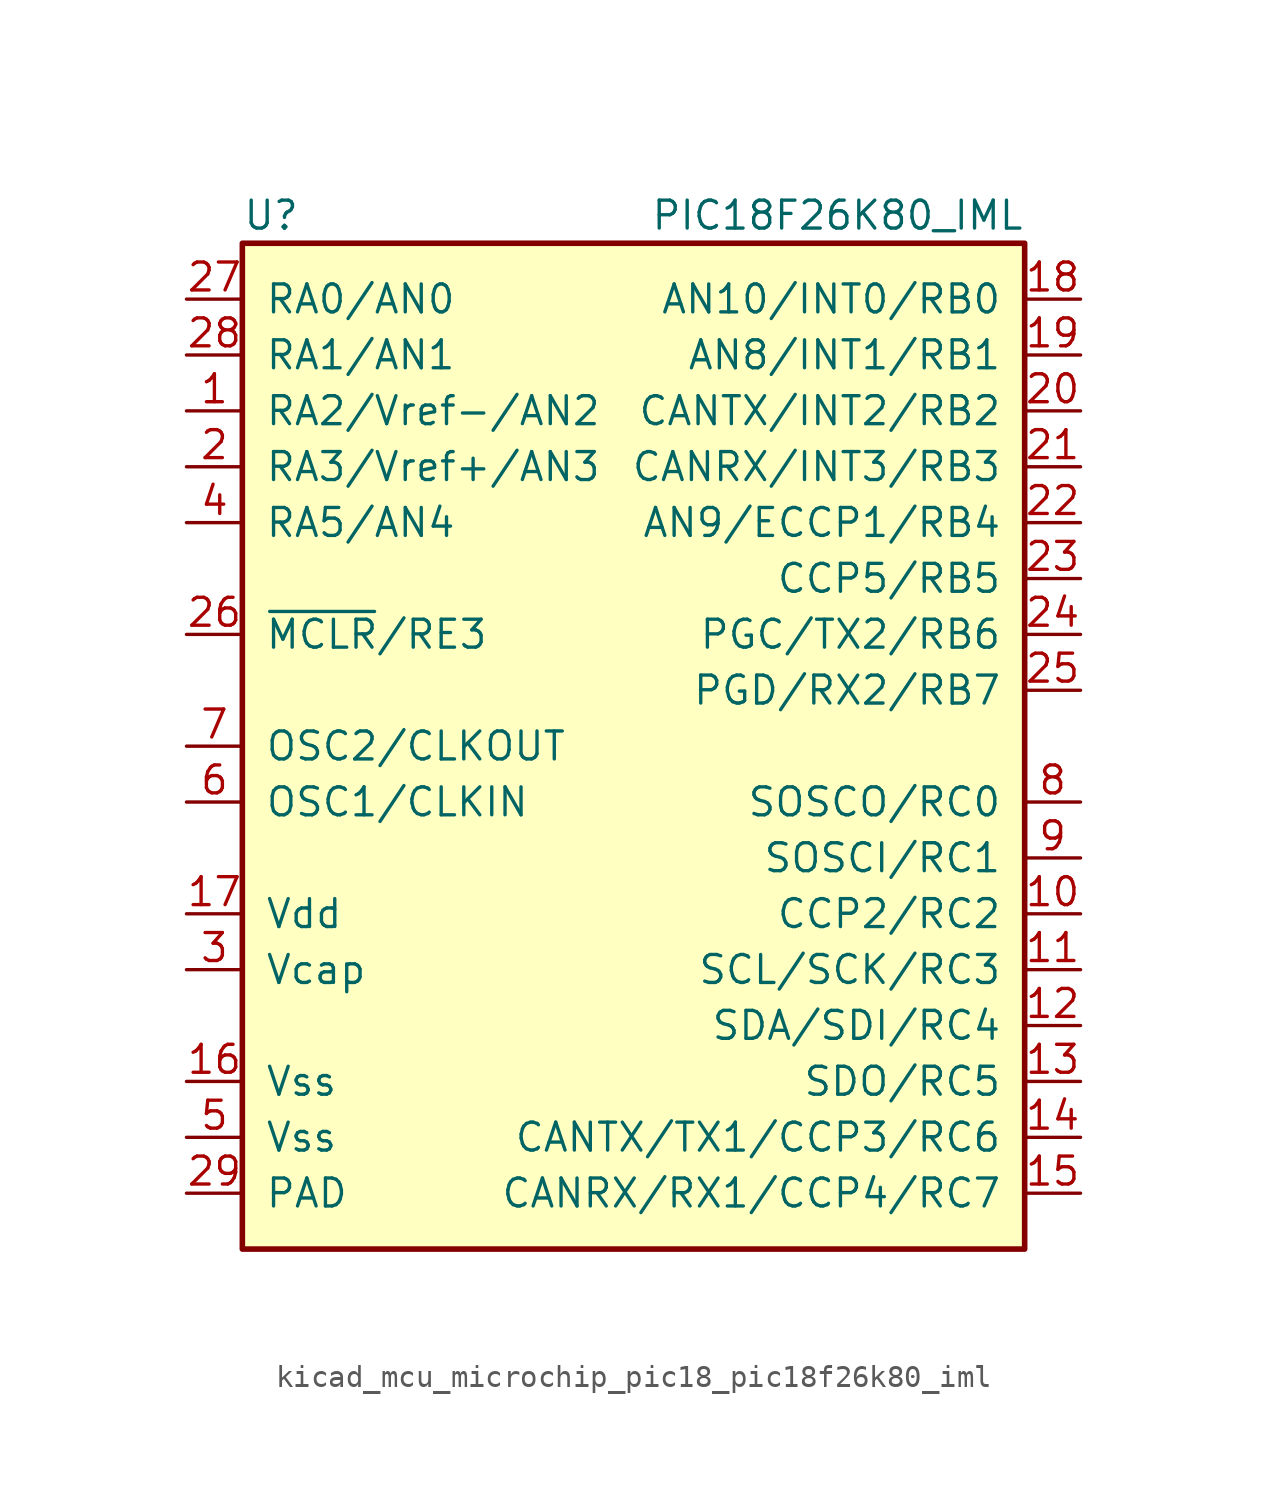
<source format=kicad_sym>
(kicad_symbol_lib
  (version 20220914)
  (generator kicad_symbol_editor)
  (symbol "kicad_mcu_microchip_pic18_pic18f26k80_iml"
    (pin_names
      (offset 1.016))
    (property "Reference" "U"
      (at -17.78 24.13 0)
      (effects (font (size 1.27 1.27)) (justify left)))
    (property "Value" "PIC18F26K80_IML"
      (at 17.78 24.13 0)
      (effects (font (size 1.27 1.27)) (justify right)))
    (symbol "kicad_mcu_microchip_pic18_pic18f26k80_iml_0_1"
      (rectangle (start -17.78 22.86) (end 17.78 -22.86) (stroke (width 0.254) (type default)) (fill (type background))))
    (symbol "kicad_mcu_microchip_pic18_pic18f26k80_iml_1_1"
      (pin bidirectional line (at -20.32 15.24 0) (length 2.54) (name "RA2/Vref-/AN2" (effects (font (size 1.27 1.27)))) (number "1" (effects (font (size 1.27 1.27)))))
      (pin bidirectional line (at 20.32 -7.62 180) (length 2.54) (name "CCP2/RC2" (effects (font (size 1.27 1.27)))) (number "10" (effects (font (size 1.27 1.27)))))
      (pin bidirectional line (at 20.32 -10.16 180) (length 2.54) (name "SCL/SCK/RC3" (effects (font (size 1.27 1.27)))) (number "11" (effects (font (size 1.27 1.27)))))
      (pin bidirectional line (at 20.32 -12.7 180) (length 2.54) (name "SDA/SDI/RC4" (effects (font (size 1.27 1.27)))) (number "12" (effects (font (size 1.27 1.27)))))
      (pin bidirectional line (at 20.32 -15.24 180) (length 2.54) (name "SDO/RC5" (effects (font (size 1.27 1.27)))) (number "13" (effects (font (size 1.27 1.27)))))
      (pin bidirectional line (at 20.32 -17.78 180) (length 2.54) (name "CANTX/TX1/CCP3/RC6" (effects (font (size 1.27 1.27)))) (number "14" (effects (font (size 1.27 1.27)))))
      (pin bidirectional line (at 20.32 -20.32 180) (length 2.54) (name "CANRX/RX1/CCP4/RC7" (effects (font (size 1.27 1.27)))) (number "15" (effects (font (size 1.27 1.27)))))
      (pin power_in line (at -20.32 -15.24 0) (length 2.54) (name "Vss" (effects (font (size 1.27 1.27)))) (number "16" (effects (font (size 1.27 1.27)))))
      (pin power_in line (at -20.32 -7.62 0) (length 2.54) (name "Vdd" (effects (font (size 1.27 1.27)))) (number "17" (effects (font (size 1.27 1.27)))))
      (pin bidirectional line (at 20.32 20.32 180) (length 2.54) (name "AN10/INT0/RB0" (effects (font (size 1.27 1.27)))) (number "18" (effects (font (size 1.27 1.27)))))
      (pin bidirectional line (at 20.32 17.78 180) (length 2.54) (name "AN8/INT1/RB1" (effects (font (size 1.27 1.27)))) (number "19" (effects (font (size 1.27 1.27)))))
      (pin bidirectional line (at -20.32 12.7 0) (length 2.54) (name "RA3/Vref+/AN3" (effects (font (size 1.27 1.27)))) (number "2" (effects (font (size 1.27 1.27)))))
      (pin bidirectional line (at 20.32 15.24 180) (length 2.54) (name "CANTX/INT2/RB2" (effects (font (size 1.27 1.27)))) (number "20" (effects (font (size 1.27 1.27)))))
      (pin bidirectional line (at 20.32 12.7 180) (length 2.54) (name "CANRX/INT3/RB3" (effects (font (size 1.27 1.27)))) (number "21" (effects (font (size 1.27 1.27)))))
      (pin bidirectional line (at 20.32 10.16 180) (length 2.54) (name "AN9/ECCP1/RB4" (effects (font (size 1.27 1.27)))) (number "22" (effects (font (size 1.27 1.27)))))
      (pin bidirectional line (at 20.32 7.62 180) (length 2.54) (name "CCP5/RB5" (effects (font (size 1.27 1.27)))) (number "23" (effects (font (size 1.27 1.27)))))
      (pin bidirectional line (at 20.32 5.08 180) (length 2.54) (name "PGC/TX2/RB6" (effects (font (size 1.27 1.27)))) (number "24" (effects (font (size 1.27 1.27)))))
      (pin bidirectional line (at 20.32 2.54 180) (length 2.54) (name "PGD/RX2/RB7" (effects (font (size 1.27 1.27)))) (number "25" (effects (font (size 1.27 1.27)))))
      (pin bidirectional line (at -20.32 5.08 0) (length 2.54) (name "~{MCLR}/RE3" (effects (font (size 1.27 1.27)))) (number "26" (effects (font (size 1.27 1.27)))))
      (pin bidirectional line (at -20.32 20.32 0) (length 2.54) (name "RA0/AN0" (effects (font (size 1.27 1.27)))) (number "27" (effects (font (size 1.27 1.27)))))
      (pin bidirectional line (at -20.32 17.78 0) (length 2.54) (name "RA1/AN1" (effects (font (size 1.27 1.27)))) (number "28" (effects (font (size 1.27 1.27)))))
      (pin power_in line (at -20.32 -20.32 0) (length 2.54) (name "PAD" (effects (font (size 1.27 1.27)))) (number "29" (effects (font (size 1.27 1.27)))))
      (pin power_in line (at -20.32 -10.16 0) (length 2.54) (name "Vcap" (effects (font (size 1.27 1.27)))) (number "3" (effects (font (size 1.27 1.27)))))
      (pin bidirectional line (at -20.32 10.16 0) (length 2.54) (name "RA5/AN4" (effects (font (size 1.27 1.27)))) (number "4" (effects (font (size 1.27 1.27)))))
      (pin power_in line (at -20.32 -17.78 0) (length 2.54) (name "Vss" (effects (font (size 1.27 1.27)))) (number "5" (effects (font (size 1.27 1.27)))))
      (pin input line (at -20.32 -2.54 0) (length 2.54) (name "OSC1/CLKIN" (effects (font (size 1.27 1.27)))) (number "6" (effects (font (size 1.27 1.27)))))
      (pin input line (at -20.32 0 0) (length 2.54) (name "OSC2/CLKOUT" (effects (font (size 1.27 1.27)))) (number "7" (effects (font (size 1.27 1.27)))))
      (pin bidirectional line (at 20.32 -2.54 180) (length 2.54) (name "SOSCO/RC0" (effects (font (size 1.27 1.27)))) (number "8" (effects (font (size 1.27 1.27)))))
      (pin bidirectional line (at 20.32 -5.08 180) (length 2.54) (name "SOSCI/RC1" (effects (font (size 1.27 1.27)))) (number "9" (effects (font (size 1.27 1.27))))))))
</source>
